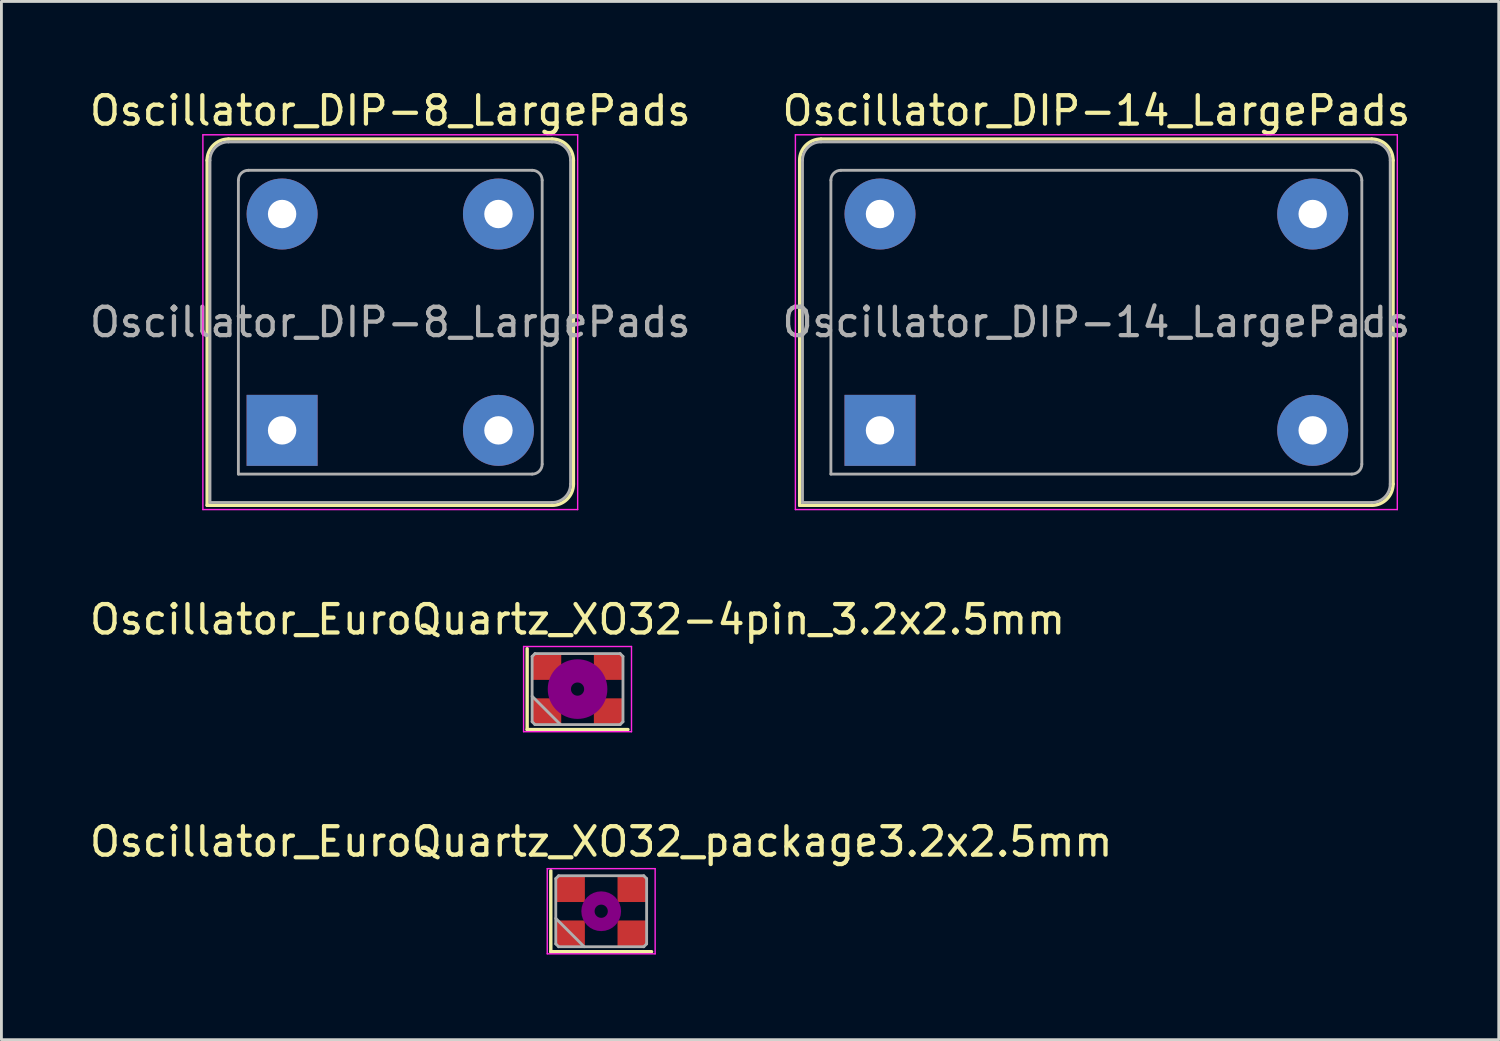
<source format=kicad_pcb>
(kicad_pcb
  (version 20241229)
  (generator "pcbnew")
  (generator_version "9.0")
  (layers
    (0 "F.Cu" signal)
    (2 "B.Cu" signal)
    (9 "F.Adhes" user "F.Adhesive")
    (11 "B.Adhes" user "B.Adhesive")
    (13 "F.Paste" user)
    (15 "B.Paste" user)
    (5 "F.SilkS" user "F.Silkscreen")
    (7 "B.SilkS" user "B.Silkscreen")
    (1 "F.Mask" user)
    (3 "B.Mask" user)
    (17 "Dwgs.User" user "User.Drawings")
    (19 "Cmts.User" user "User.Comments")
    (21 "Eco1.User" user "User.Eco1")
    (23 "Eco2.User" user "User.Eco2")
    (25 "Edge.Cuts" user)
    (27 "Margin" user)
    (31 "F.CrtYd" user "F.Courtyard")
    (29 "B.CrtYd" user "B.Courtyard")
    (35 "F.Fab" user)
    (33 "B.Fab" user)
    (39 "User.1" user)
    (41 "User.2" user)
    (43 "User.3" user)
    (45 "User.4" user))
  (footprint "Oscillator_DIP-8_LargePads"
    (layer "F.Cu")
    (at 6.886 12.108)
    (property "Reference" "Oscillator_DIP-8_LargePads" (at 3.81 -11.26 0) (layer "F.SilkS") (effects (font (size 1 1) (thickness 0.15))))
    (attr through_hole)
    (fp_line (start -2.64 -9.51) (end -2.64 2.64) (stroke (width 0.12) (type solid)) (layer "F.SilkS"))
    (fp_line (start -2.64 2.64) (end 9.51 2.64) (stroke (width 0.12) (type solid)) (layer "F.SilkS"))
    (fp_line (start 9.51 -10.26) (end -1.89 -10.26) (stroke (width 0.12) (type solid)) (layer "F.SilkS"))
    (fp_line (start 10.26 1.89) (end 10.26 -9.51) (stroke (width 0.12) (type solid)) (layer "F.SilkS"))
    (fp_arc (start -2.64 -9.51) (mid -2.42033 -10.04033) (end -1.89 -10.26) (stroke (width 0.12) (type solid)) (layer "F.SilkS"))
    (fp_arc (start 9.51 -10.26) (mid 10.04033 -10.04033) (end 10.26 -9.51) (stroke (width 0.12) (type solid)) (layer "F.SilkS"))
    (fp_arc (start 10.26 1.89) (mid 10.04033 2.42033) (end 9.51 2.64) (stroke (width 0.12) (type solid)) (layer "F.SilkS"))
    (fp_line (start -2.79 -10.41) (end -2.79 2.79) (stroke (width 0.05) (type solid)) (layer "F.CrtYd"))
    (fp_line (start -2.79 2.79) (end 10.41 2.79) (stroke (width 0.05) (type solid)) (layer "F.CrtYd"))
    (fp_line (start 10.41 -10.41) (end -2.79 -10.41) (stroke (width 0.05) (type solid)) (layer "F.CrtYd"))
    (fp_line (start 10.41 2.79) (end 10.41 -10.41) (stroke (width 0.05) (type solid)) (layer "F.CrtYd"))
    (fp_line (start -2.54 2.54) (end -2.54 -9.51) (stroke (width 0.1) (type solid)) (layer "F.Fab"))
    (fp_line (start -2.54 2.54) (end 9.51 2.54) (stroke (width 0.1) (type solid)) (layer "F.Fab"))
    (fp_line (start -1.89 -10.16) (end 9.51 -10.16) (stroke (width 0.1) (type solid)) (layer "F.Fab"))
    (fp_line (start -1.54 1.54) (end -1.54 -8.81) (stroke (width 0.1) (type solid)) (layer "F.Fab"))
    (fp_line (start -1.54 1.54) (end 8.81 1.54) (stroke (width 0.1) (type solid)) (layer "F.Fab"))
    (fp_line (start -1.19 -9.16) (end 8.81 -9.16) (stroke (width 0.1) (type solid)) (layer "F.Fab"))
    (fp_line (start 9.16 1.19) (end 9.16 -8.81) (stroke (width 0.1) (type solid)) (layer "F.Fab"))
    (fp_line (start 10.16 -9.51) (end 10.16 1.89) (stroke (width 0.1) (type solid)) (layer "F.Fab"))
    (fp_arc (start -2.54 -9.51) (mid -2.349619 -9.969619) (end -1.89 -10.16) (stroke (width 0.1) (type solid)) (layer "F.Fab"))
    (fp_arc (start -1.54 -8.81) (mid -1.437487 -9.057487) (end -1.19 -9.16) (stroke (width 0.1) (type solid)) (layer "F.Fab"))
    (fp_arc (start 8.81 -9.16) (mid 9.057487 -9.057487) (end 9.16 -8.81) (stroke (width 0.1) (type solid)) (layer "F.Fab"))
    (fp_arc (start 9.16 1.19) (mid 9.057487 1.437487) (end 8.81 1.54) (stroke (width 0.1) (type solid)) (layer "F.Fab"))
    (fp_arc (start 9.51 -10.16) (mid 9.969619 -9.969619) (end 10.16 -9.51) (stroke (width 0.1) (type solid)) (layer "F.Fab"))
    (fp_arc (start 10.16 1.89) (mid 9.969619 2.349619) (end 9.51 2.54) (stroke (width 0.1) (type solid)) (layer "F.Fab"))
    (fp_text user "${REFERENCE}" (at 3.81 -3.81 0) (layer "F.Fab") (effects (font (size 1 1) (thickness 0.15))))
    (pad "1" thru_hole rect (at 0 0) (size 2.5 2.5) (drill 1) (layers "*.Cu" "*.Mask"))
    (pad "4" thru_hole circle (at 7.62 0) (size 2.5 2.5) (drill 1) (layers "*.Cu" "*.Mask"))
    (pad "5" thru_hole circle (at 7.62 -7.62) (size 2.5 2.5) (drill 1) (layers "*.Cu" "*.Mask"))
    (pad "8" thru_hole circle (at 0 -7.62) (size 2.5 2.5) (drill 1) (layers "*.Cu" "*.Mask")))
  (footprint "Oscillator_EuroQuartz_XO32-4pin_3.2x2.5mm"
    (layer "F.Cu")
    (at 17.292 21.221)
    (property "Reference" "Oscillator_EuroQuartz_XO32-4pin_3.2x2.5mm" (at 0 -2.45 0) (layer "F.SilkS") (effects (font (size 1 1) (thickness 0.15))))
    (attr smd)
    (fp_line (start -1.775 -1.425) (end -1.775 1.425) (stroke (width 0.12) (type solid)) (layer "F.SilkS"))
    (fp_line (start -1.775 1.425) (end 1.775 1.425) (stroke (width 0.12) (type solid)) (layer "F.SilkS"))
    (fp_circle (center 0 0) (end 0.233 0) (stroke (width 0.467) (type solid)) (fill no) (layer "F.Adhes"))
    (fp_circle (center 0 0) (end 0.533 0) (stroke (width 0.333) (type solid)) (fill no) (layer "F.Adhes"))
    (fp_circle (center 0 0) (end 0.833 0) (stroke (width 0.333) (type solid)) (fill no) (layer "F.Adhes"))
    (fp_circle (center 0 0) (end 1 0) (stroke (width 0.1) (type solid)) (fill no) (layer "F.Adhes"))
    (fp_line (start -1.9 -1.5) (end -1.9 1.5) (stroke (width 0.05) (type solid)) (layer "F.CrtYd"))
    (fp_line (start -1.9 1.5) (end 1.9 1.5) (stroke (width 0.05) (type solid)) (layer "F.CrtYd"))
    (fp_line (start 1.9 -1.5) (end -1.9 -1.5) (stroke (width 0.05) (type solid)) (layer "F.CrtYd"))
    (fp_line (start 1.9 1.5) (end 1.9 -1.5) (stroke (width 0.05) (type solid)) (layer "F.CrtYd"))
    (fp_line (start -1.6 -1.15) (end -1.5 -1.25) (stroke (width 0.1) (type solid)) (layer "F.Fab"))
    (fp_line (start -1.6 0.25) (end -0.6 1.25) (stroke (width 0.1) (type solid)) (layer "F.Fab"))
    (fp_line (start -1.6 1.15) (end -1.6 -1.15) (stroke (width 0.1) (type solid)) (layer "F.Fab"))
    (fp_line (start -1.5 -1.25) (end 1.5 -1.25) (stroke (width 0.1) (type solid)) (layer "F.Fab"))
    (fp_line (start -1.5 1.25) (end -1.6 1.15) (stroke (width 0.1) (type solid)) (layer "F.Fab"))
    (fp_line (start 1.5 -1.25) (end 1.6 -1.15) (stroke (width 0.1) (type solid)) (layer "F.Fab"))
    (fp_line (start 1.5 1.25) (end -1.5 1.25) (stroke (width 0.1) (type solid)) (layer "F.Fab"))
    (fp_line (start 1.6 -1.15) (end 1.6 1.15) (stroke (width 0.1) (type solid)) (layer "F.Fab"))
    (fp_line (start 1.6 1.15) (end 1.5 1.25) (stroke (width 0.1) (type solid)) (layer "F.Fab"))
    (pad "1" smd rect (at -1.075 0.775) (size 1 0.9) (layers "F.Cu" "F.Mask"))
    (pad "2" smd rect (at 1.075 0.775) (size 1 0.9) (layers "F.Cu" "F.Mask"))
    (pad "3" smd rect (at 1.075 -0.775) (size 1 0.9) (layers "F.Cu" "F.Mask"))
    (pad "4" smd rect (at -1.075 -0.775) (size 1 0.9) (layers "F.Cu" "F.Mask")))
  (footprint "Oscillator_EuroQuartz_XO32_package3.2x2.5mm"
    (layer "F.Cu")
    (at 18.125 29.045)
    (property "Reference" "Oscillator_EuroQuartz_XO32_package3.2x2.5mm" (at 0 -2.45 0) (layer "F.SilkS") (effects (font (size 1 1) (thickness 0.15))))
    (attr smd)
    (fp_line (start -1.775 -1.425) (end -1.775 1.425) (stroke (width 0.12) (type solid)) (layer "F.SilkS"))
    (fp_line (start -1.775 1.425) (end 1.775 1.425) (stroke (width 0.12) (type solid)) (layer "F.SilkS"))
    (fp_circle (center 0 0) (end 0.233 0) (stroke (width 0.467) (type solid)) (fill no) (layer "F.Adhes"))
    (fp_line (start -1.9 -1.5) (end -1.9 1.5) (stroke (width 0.05) (type solid)) (layer "F.CrtYd"))
    (fp_line (start -1.9 1.5) (end 1.9 1.5) (stroke (width 0.05) (type solid)) (layer "F.CrtYd"))
    (fp_line (start 1.9 -1.5) (end -1.9 -1.5) (stroke (width 0.05) (type solid)) (layer "F.CrtYd"))
    (fp_line (start 1.9 1.5) (end 1.9 -1.5) (stroke (width 0.05) (type solid)) (layer "F.CrtYd"))
    (fp_line (start -1.6 -1.15) (end -1.5 -1.25) (stroke (width 0.1) (type solid)) (layer "F.Fab"))
    (fp_line (start -1.6 0.25) (end -0.6 1.25) (stroke (width 0.1) (type solid)) (layer "F.Fab"))
    (fp_line (start -1.6 1.15) (end -1.6 -1.15) (stroke (width 0.1) (type solid)) (layer "F.Fab"))
    (fp_line (start -1.5 -1.25) (end 1.5 -1.25) (stroke (width 0.1) (type solid)) (layer "F.Fab"))
    (fp_line (start -1.5 1.25) (end -1.6 1.15) (stroke (width 0.1) (type solid)) (layer "F.Fab"))
    (fp_line (start 1.5 -1.25) (end 1.6 -1.15) (stroke (width 0.1) (type solid)) (layer "F.Fab"))
    (fp_line (start 1.5 1.25) (end -1.5 1.25) (stroke (width 0.1) (type solid)) (layer "F.Fab"))
    (fp_line (start 1.6 -1.15) (end 1.6 1.15) (stroke (width 0.1) (type solid)) (layer "F.Fab"))
    (fp_line (start 1.6 1.15) (end 1.5 1.25) (stroke (width 0.1) (type solid)) (layer "F.Fab"))
    (pad "1" smd rect (at -1.075 0.775) (size 1 0.9) (layers "F.Cu" "F.Mask"))
    (pad "2" smd rect (at 1.075 0.775) (size 1 0.9) (layers "F.Cu" "F.Mask"))
    (pad "3" smd rect (at 1.075 -0.775) (size 1 0.9) (layers "F.Cu" "F.Mask"))
    (pad "4" smd rect (at -1.075 -0.775) (size 1 0.9) (layers "F.Cu" "F.Mask")))
  (footprint "Oscillator_DIP-14_LargePads"
    (layer "F.Cu")
    (at 27.945 12.108)
    (property "Reference" "Oscillator_DIP-14_LargePads" (at 7.62 -11.26 0) (layer "F.SilkS") (effects (font (size 1 1) (thickness 0.15))))
    (attr through_hole)
    (fp_line (start -2.83 -9.51) (end -2.83 2.64) (stroke (width 0.12) (type solid)) (layer "F.SilkS"))
    (fp_line (start -2.83 2.64) (end 17.32 2.64) (stroke (width 0.12) (type solid)) (layer "F.SilkS"))
    (fp_line (start 17.32 -10.26) (end -2.08 -10.26) (stroke (width 0.12) (type solid)) (layer "F.SilkS"))
    (fp_line (start 18.07 1.89) (end 18.07 -9.51) (stroke (width 0.12) (type solid)) (layer "F.SilkS"))
    (fp_arc (start -2.83 -9.51) (mid -2.61033 -10.04033) (end -2.08 -10.26) (stroke (width 0.12) (type solid)) (layer "F.SilkS"))
    (fp_arc (start 17.32 -10.26) (mid 17.85033 -10.04033) (end 18.07 -9.51) (stroke (width 0.12) (type solid)) (layer "F.SilkS"))
    (fp_arc (start 18.07 1.89) (mid 17.85033 2.42033) (end 17.32 2.64) (stroke (width 0.12) (type solid)) (layer "F.SilkS"))
    (fp_line (start -2.98 -10.41) (end -2.98 2.79) (stroke (width 0.05) (type solid)) (layer "F.CrtYd"))
    (fp_line (start -2.98 2.79) (end 18.22 2.79) (stroke (width 0.05) (type solid)) (layer "F.CrtYd"))
    (fp_line (start 18.22 -10.41) (end -2.98 -10.41) (stroke (width 0.05) (type solid)) (layer "F.CrtYd"))
    (fp_line (start 18.22 2.79) (end 18.22 -10.41) (stroke (width 0.05) (type solid)) (layer "F.CrtYd"))
    (fp_line (start -2.73 2.54) (end -2.73 -9.51) (stroke (width 0.1) (type solid)) (layer "F.Fab"))
    (fp_line (start -2.73 2.54) (end 17.32 2.54) (stroke (width 0.1) (type solid)) (layer "F.Fab"))
    (fp_line (start -2.08 -10.16) (end 17.32 -10.16) (stroke (width 0.1) (type solid)) (layer "F.Fab"))
    (fp_line (start -1.73 1.54) (end -1.73 -8.81) (stroke (width 0.1) (type solid)) (layer "F.Fab"))
    (fp_line (start -1.73 1.54) (end 16.62 1.54) (stroke (width 0.1) (type solid)) (layer "F.Fab"))
    (fp_line (start -1.38 -9.16) (end 16.62 -9.16) (stroke (width 0.1) (type solid)) (layer "F.Fab"))
    (fp_line (start 16.97 1.19) (end 16.97 -8.81) (stroke (width 0.1) (type solid)) (layer "F.Fab"))
    (fp_line (start 17.97 -9.51) (end 17.97 1.89) (stroke (width 0.1) (type solid)) (layer "F.Fab"))
    (fp_arc (start -2.73 -9.51) (mid -2.539619 -9.969619) (end -2.08 -10.16) (stroke (width 0.1) (type solid)) (layer "F.Fab"))
    (fp_arc (start -1.73 -8.81) (mid -1.627487 -9.057487) (end -1.38 -9.16) (stroke (width 0.1) (type solid)) (layer "F.Fab"))
    (fp_arc (start 16.62 -9.16) (mid 16.867487 -9.057487) (end 16.97 -8.81) (stroke (width 0.1) (type solid)) (layer "F.Fab"))
    (fp_arc (start 16.97 1.19) (mid 16.867487 1.437487) (end 16.62 1.54) (stroke (width 0.1) (type solid)) (layer "F.Fab"))
    (fp_arc (start 17.32 -10.16) (mid 17.779619 -9.969619) (end 17.97 -9.51) (stroke (width 0.1) (type solid)) (layer "F.Fab"))
    (fp_arc (start 17.97 1.89) (mid 17.779619 2.349619) (end 17.32 2.54) (stroke (width 0.1) (type solid)) (layer "F.Fab"))
    (fp_text user "${REFERENCE}" (at 7.62 -3.81 0) (layer "F.Fab") (effects (font (size 1 1) (thickness 0.15))))
    (pad "1" thru_hole rect (at 0 0) (size 2.5 2.5) (drill 1) (layers "*.Cu" "*.Mask"))
    (pad "7" thru_hole circle (at 15.24 0) (size 2.5 2.5) (drill 1) (layers "*.Cu" "*.Mask"))
    (pad "8" thru_hole circle (at 15.24 -7.62) (size 2.5 2.5) (drill 1) (layers "*.Cu" "*.Mask"))
    (pad "14" thru_hole circle (at 0 -7.62) (size 2.5 2.5) (drill 1) (layers "*.Cu" "*.Mask")))
  (gr_rect
    (start -3 -3)
    (end 49.738 33.57)
    (stroke (width 0.1) (type default))
    (fill no)
    (layer "Edge.Cuts")))
</source>
